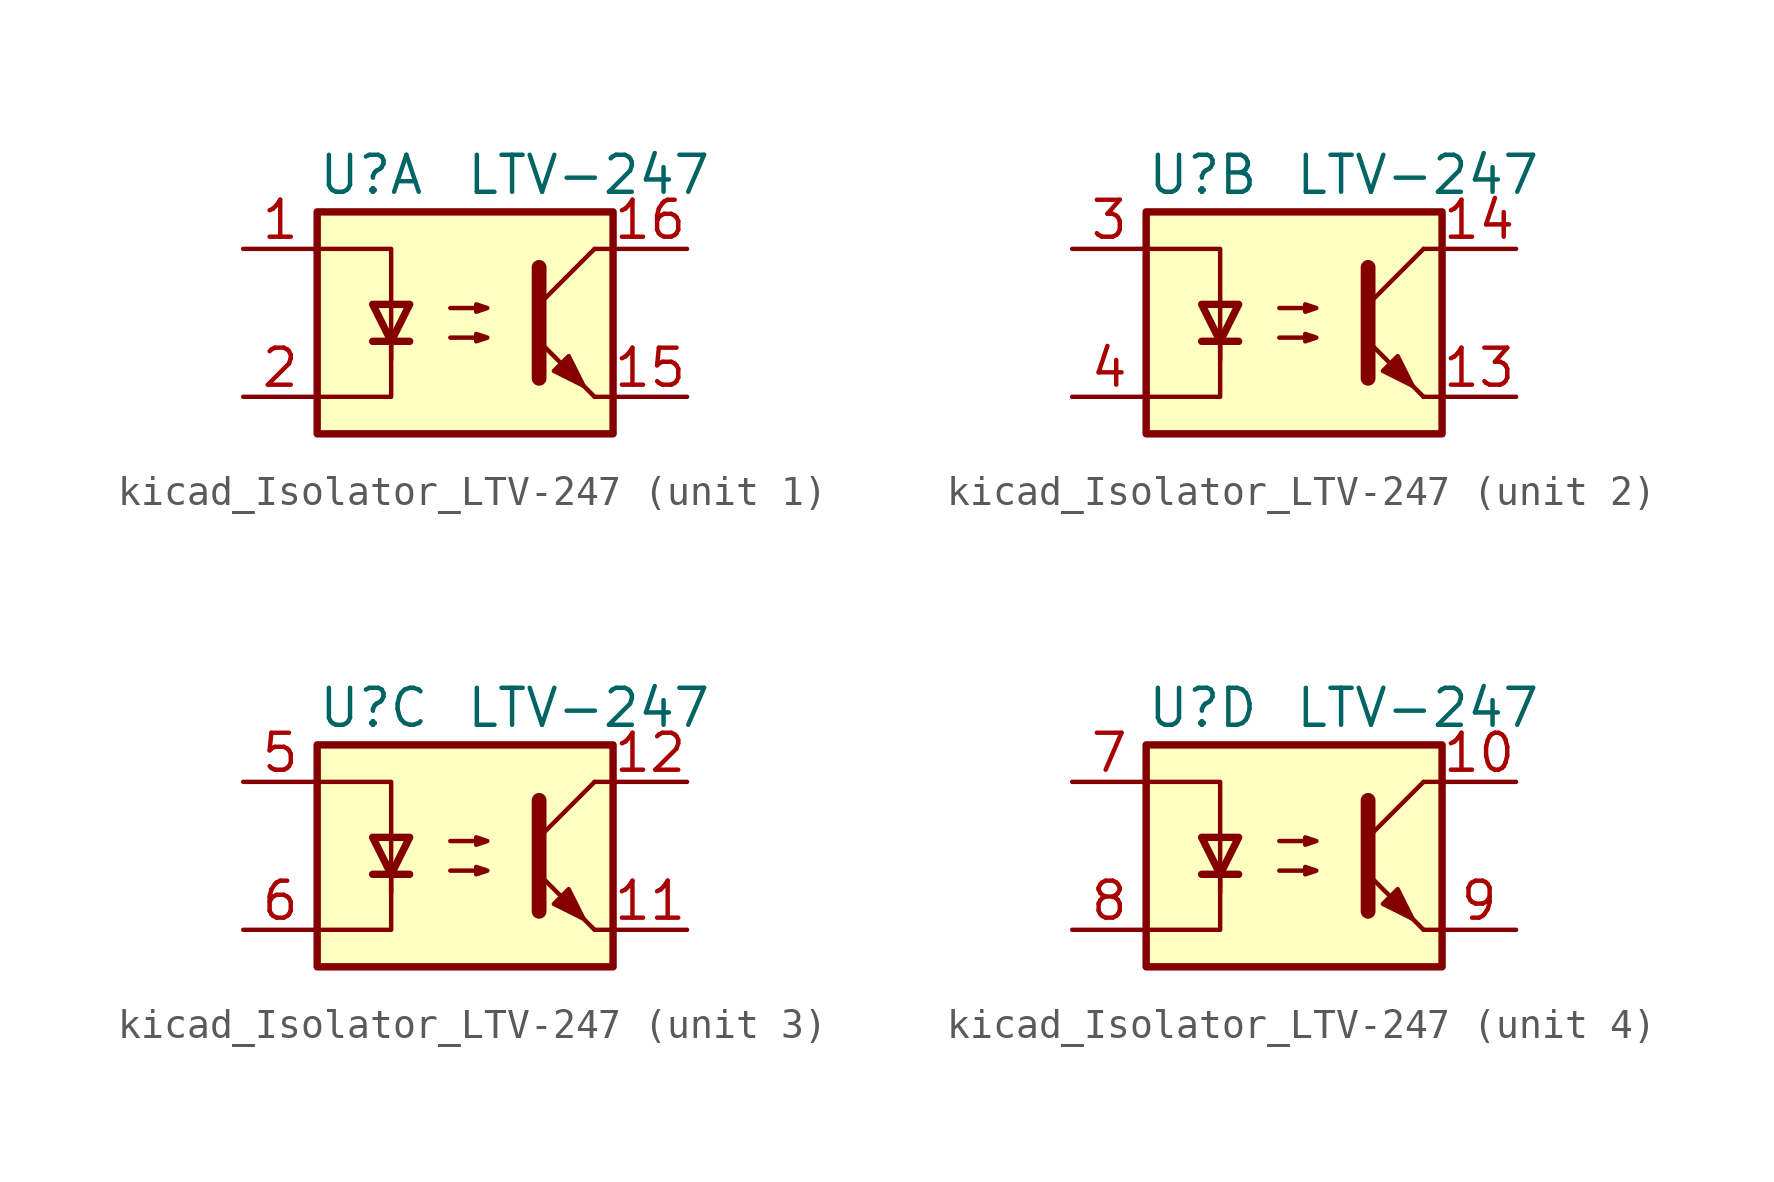
<source format=kicad_sym>
(kicad_symbol_lib
  (version 20220914)
  (generator kicad_symbol_editor)
  (symbol "kicad_Isolator_LTV-247"
    (property "Reference" "U"
      (at -5.08 5.08 0)
      (effects (font (size 1.27 1.27)) (justify left)))
    (property "Value" "LTV-247"
      (at 0 5.08 0)
      (effects (font (size 1.27 1.27)) (justify left)))
    (symbol "kicad_Isolator_LTV-247_0_1"
      (rectangle (start -5.08 3.81) (end 5.08 -3.81) (stroke (width 0.254) (type default)) (fill (type background)))
      (polyline (pts (xy -3.175 -0.635) (xy -1.905 -0.635)) (stroke (width 0.254) (type default)) (fill (type none)))
      (polyline (pts (xy 2.54 0.635) (xy 4.445 2.54)) (stroke (width 0) (type default)) (fill (type none)))
      (polyline (pts (xy 4.445 -2.54) (xy 2.54 -0.635)) (stroke (width 0) (type default)) (fill (type outline)))
      (polyline (pts (xy 4.445 -2.54) (xy 5.08 -2.54)) (stroke (width 0) (type default)) (fill (type none)))
      (polyline (pts (xy 4.445 2.54) (xy 5.08 2.54)) (stroke (width 0) (type default)) (fill (type none)))
      (polyline (pts (xy -2.54 -0.635) (xy -2.54 -2.54) (xy -5.08 -2.54)) (stroke (width 0) (type default)) (fill (type none)))
      (polyline (pts (xy 2.54 1.905) (xy 2.54 -1.905) (xy 2.54 -1.905)) (stroke (width 0.508) (type default)) (fill (type none)))
      (polyline (pts (xy -5.08 2.54) (xy -2.54 2.54) (xy -2.54 -1.27) (xy -2.54 0.635)) (stroke (width 0) (type default)) (fill (type none)))
      (polyline (pts (xy -2.54 -0.635) (xy -3.175 0.635) (xy -1.905 0.635) (xy -2.54 -0.635)) (stroke (width 0.254) (type default)) (fill (type none)))
      (polyline (pts (xy -0.508 -0.508) (xy 0.762 -0.508) (xy 0.381 -0.635) (xy 0.381 -0.381) (xy 0.762 -0.508)) (stroke (width 0) (type default)) (fill (type none)))
      (polyline (pts (xy -0.508 0.508) (xy 0.762 0.508) (xy 0.381 0.381) (xy 0.381 0.635) (xy 0.762 0.508)) (stroke (width 0) (type default)) (fill (type none)))
      (polyline (pts (xy 3.048 -1.651) (xy 3.556 -1.143) (xy 4.064 -2.159) (xy 3.048 -1.651) (xy 3.048 -1.651)) (stroke (width 0) (type default)) (fill (type outline))))
    (symbol "kicad_Isolator_LTV-247_1_1"
      (pin passive line (at -7.62 2.54 0) (length 2.54) (name "~" (effects (font (size 1.27 1.27)))) (number "1" (effects (font (size 1.27 1.27)))))
      (pin passive line (at 7.62 -2.54 180) (length 2.54) (name "~" (effects (font (size 1.27 1.27)))) (number "15" (effects (font (size 1.27 1.27)))))
      (pin passive line (at 7.62 2.54 180) (length 2.54) (name "~" (effects (font (size 1.27 1.27)))) (number "16" (effects (font (size 1.27 1.27)))))
      (pin passive line (at -7.62 -2.54 0) (length 2.54) (name "~" (effects (font (size 1.27 1.27)))) (number "2" (effects (font (size 1.27 1.27))))))
    (symbol "kicad_Isolator_LTV-247_2_1"
      (pin passive line (at 7.62 -2.54 180) (length 2.54) (name "~" (effects (font (size 1.27 1.27)))) (number "13" (effects (font (size 1.27 1.27)))))
      (pin passive line (at 7.62 2.54 180) (length 2.54) (name "~" (effects (font (size 1.27 1.27)))) (number "14" (effects (font (size 1.27 1.27)))))
      (pin passive line (at -7.62 2.54 0) (length 2.54) (name "~" (effects (font (size 1.27 1.27)))) (number "3" (effects (font (size 1.27 1.27)))))
      (pin passive line (at -7.62 -2.54 0) (length 2.54) (name "~" (effects (font (size 1.27 1.27)))) (number "4" (effects (font (size 1.27 1.27))))))
    (symbol "kicad_Isolator_LTV-247_3_1"
      (pin passive line (at 7.62 -2.54 180) (length 2.54) (name "~" (effects (font (size 1.27 1.27)))) (number "11" (effects (font (size 1.27 1.27)))))
      (pin passive line (at 7.62 2.54 180) (length 2.54) (name "~" (effects (font (size 1.27 1.27)))) (number "12" (effects (font (size 1.27 1.27)))))
      (pin passive line (at -7.62 2.54 0) (length 2.54) (name "~" (effects (font (size 1.27 1.27)))) (number "5" (effects (font (size 1.27 1.27)))))
      (pin passive line (at -7.62 -2.54 0) (length 2.54) (name "~" (effects (font (size 1.27 1.27)))) (number "6" (effects (font (size 1.27 1.27))))))
    (symbol "kicad_Isolator_LTV-247_4_1"
      (pin passive line (at 7.62 2.54 180) (length 2.54) (name "~" (effects (font (size 1.27 1.27)))) (number "10" (effects (font (size 1.27 1.27)))))
      (pin passive line (at -7.62 2.54 0) (length 2.54) (name "~" (effects (font (size 1.27 1.27)))) (number "7" (effects (font (size 1.27 1.27)))))
      (pin passive line (at -7.62 -2.54 0) (length 2.54) (name "~" (effects (font (size 1.27 1.27)))) (number "8" (effects (font (size 1.27 1.27)))))
      (pin passive line (at 7.62 -2.54 180) (length 2.54) (name "~" (effects (font (size 1.27 1.27)))) (number "9" (effects (font (size 1.27 1.27))))))))
</source>
